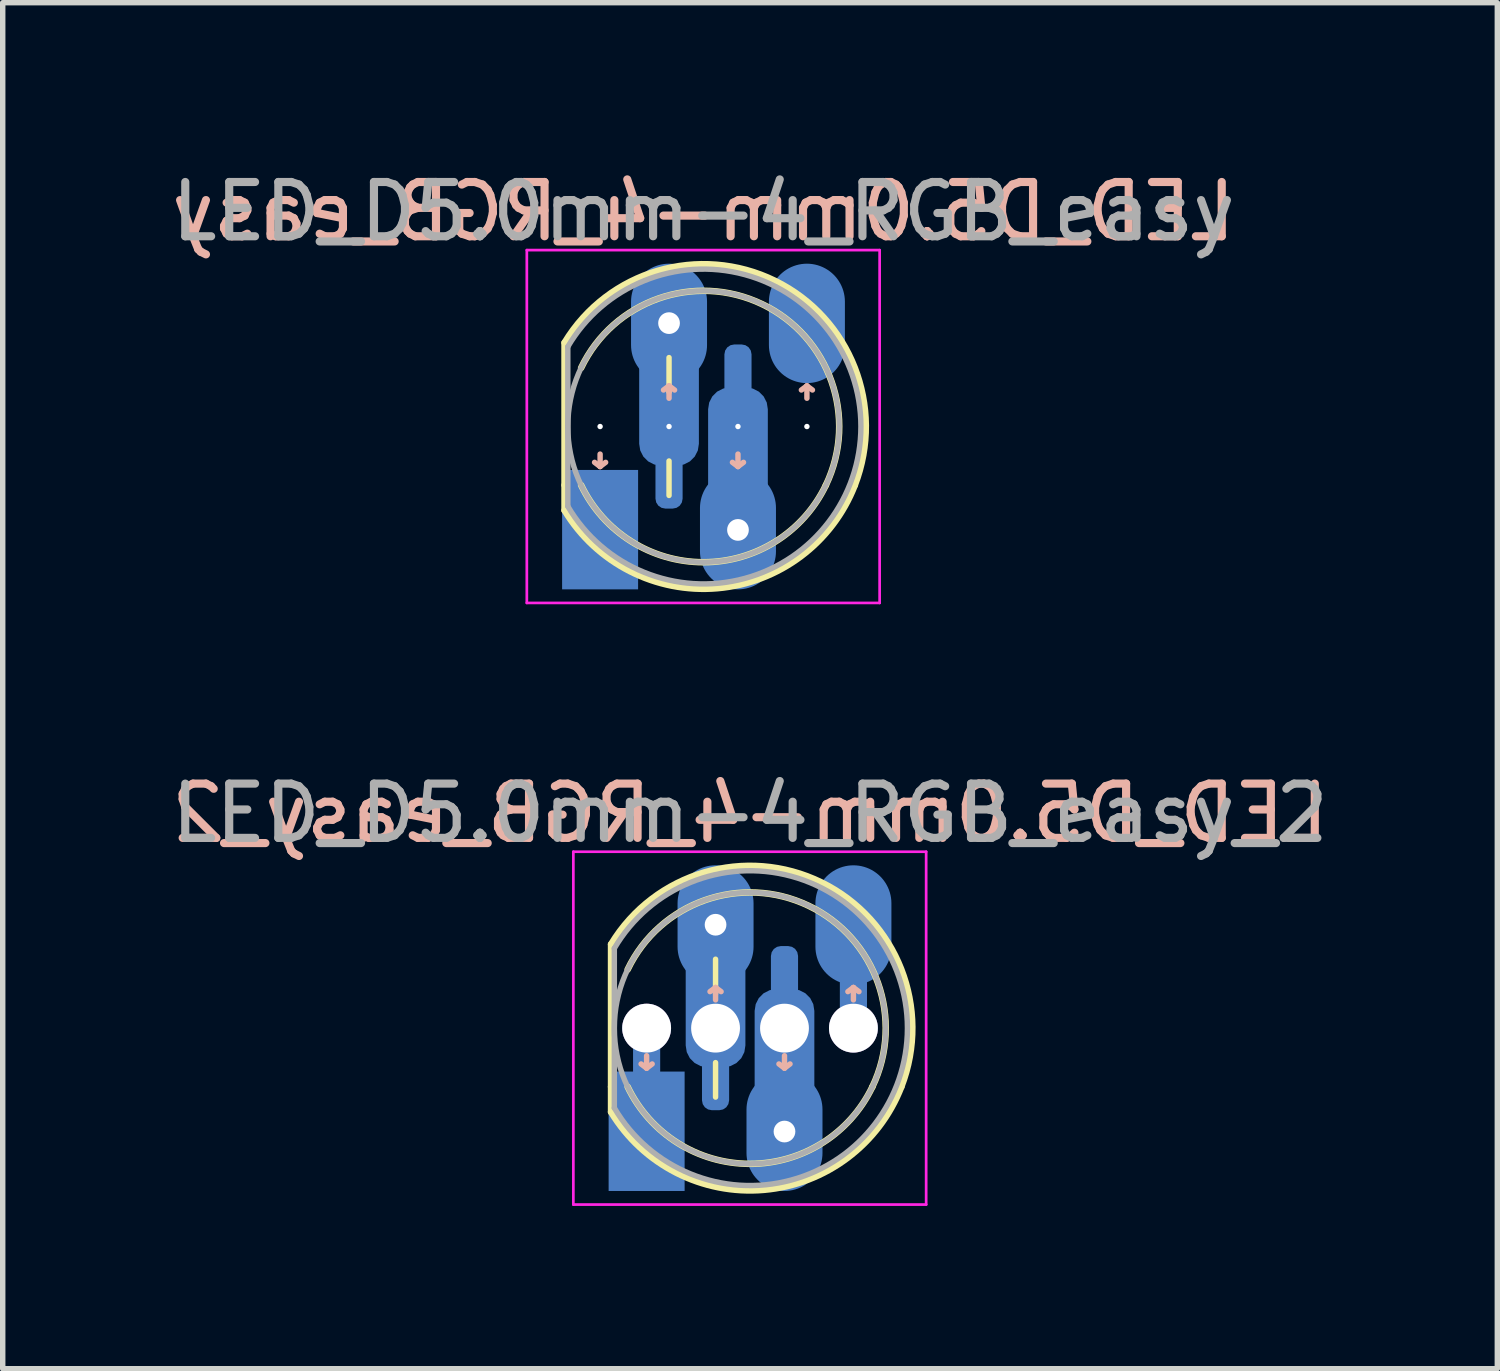
<source format=kicad_pcb>
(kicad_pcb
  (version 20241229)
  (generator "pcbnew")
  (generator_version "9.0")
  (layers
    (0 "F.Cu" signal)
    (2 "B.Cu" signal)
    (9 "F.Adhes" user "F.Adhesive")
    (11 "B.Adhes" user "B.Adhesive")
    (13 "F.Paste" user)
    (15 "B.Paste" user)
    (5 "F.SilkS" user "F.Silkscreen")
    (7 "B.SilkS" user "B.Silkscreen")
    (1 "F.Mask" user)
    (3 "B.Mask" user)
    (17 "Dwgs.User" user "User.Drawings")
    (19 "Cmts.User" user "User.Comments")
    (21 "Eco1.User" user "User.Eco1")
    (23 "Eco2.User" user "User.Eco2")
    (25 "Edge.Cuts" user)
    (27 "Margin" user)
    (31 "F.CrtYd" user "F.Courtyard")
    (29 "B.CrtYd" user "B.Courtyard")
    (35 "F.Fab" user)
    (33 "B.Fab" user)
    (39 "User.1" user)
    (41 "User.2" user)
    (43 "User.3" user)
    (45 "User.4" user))
  (footprint "LED_D5.0mm-4_RGB_easy_2"
    (layer "F.Cu")
    (at 8.863 15.892)
    (property "Reference" "LED_D5.0mm-4_RGB_easy_2" (at 1.905 -3.96 0) (layer "B.SilkS") (effects (font (size 1 1) (thickness 0.15)) (justify mirror)))
    (attr through_hole)
    (fp_line (start -0.655 -1.545) (end -0.655 1.08) (stroke (width 0.12) (type solid)) (layer "F.SilkS"))
    (fp_line (start -0.655 1.08) (end -0.655 1.545) (stroke (width 0.12) (type solid)) (layer "F.SilkS"))
    (fp_line (start 1.27 -1.27) (end 1.27 -0.635) (stroke (width 0.1) (type default)) (layer "F.SilkS"))
    (fp_line (start 1.27 0.635) (end 1.27 1.27) (stroke (width 0.1) (type default)) (layer "F.SilkS"))
    (fp_arc (start -0.655 -1.544829) (mid 3.22276 -2.683953) (end 4.692814 1.080827) (stroke (width 0.12) (type solid)) (layer "F.SilkS"))
    (fp_arc (start -0.349683 -1.080002) (mid 2.985215 -2.254581) (end 4.159479 1.080429) (stroke (width 0.12) (type solid)) (layer "F.SilkS"))
    (fp_arc (start 4.159479 1.080429) (mid 1.904762 2.5) (end -0.349684 1.08) (stroke (width 0.12) (type solid)) (layer "F.SilkS"))
    (fp_arc (start 4.692815 1.080827) (mid 2.163456 2.978808) (end -0.655 1.54483) (stroke (width 0.12) (type solid)) (layer "F.SilkS"))
    (fp_line (start 0 0.508) (end 0 0.737) (stroke (width 0.1) (type default)) (layer "B.SilkS"))
    (fp_line (start 0 0.737) (end -0.102 0.66) (stroke (width 0.1) (type default)) (layer "B.SilkS"))
    (fp_line (start 0 0.737) (end 0.102 0.66) (stroke (width 0.1) (type default)) (layer "B.SilkS"))
    (fp_line (start 1.27 -0.749) (end 1.168 -0.673) (stroke (width 0.1) (type default)) (layer "B.SilkS"))
    (fp_line (start 1.27 -0.749) (end 1.372 -0.673) (stroke (width 0.1) (type default)) (layer "B.SilkS"))
    (fp_line (start 1.27 -0.521) (end 1.27 -0.749) (stroke (width 0.1) (type default)) (layer "B.SilkS"))
    (fp_line (start 2.54 0.508) (end 2.54 0.737) (stroke (width 0.1) (type default)) (layer "B.SilkS"))
    (fp_line (start 2.54 0.737) (end 2.438 0.66) (stroke (width 0.1) (type default)) (layer "B.SilkS"))
    (fp_line (start 2.54 0.737) (end 2.642 0.66) (stroke (width 0.1) (type default)) (layer "B.SilkS"))
    (fp_line (start 3.81 -0.749) (end 3.708 -0.673) (stroke (width 0.1) (type default)) (layer "B.SilkS"))
    (fp_line (start 3.81 -0.749) (end 3.912 -0.673) (stroke (width 0.1) (type default)) (layer "B.SilkS"))
    (fp_line (start 3.81 -0.521) (end 3.81 -0.749) (stroke (width 0.1) (type default)) (layer "B.SilkS"))
    (fp_line (start -1.35 -3.25) (end -1.35 3.25) (stroke (width 0.05) (type solid)) (layer "F.CrtYd"))
    (fp_line (start -1.35 3.25) (end 5.15 3.25) (stroke (width 0.05) (type solid)) (layer "F.CrtYd"))
    (fp_line (start 5.15 -3.25) (end -1.35 -3.25) (stroke (width 0.05) (type solid)) (layer "F.CrtYd"))
    (fp_line (start 5.15 3.25) (end 5.15 -3.25) (stroke (width 0.05) (type solid)) (layer "F.CrtYd"))
    (fp_line (start -0.595 -1.47) (end -0.595 1.47) (stroke (width 0.1) (type solid)) (layer "F.Fab"))
    (fp_arc (start -0.595 -1.469694) (mid 4.805 0.000016) (end -0.595016 1.469666) (stroke (width 0.1) (type solid)) (layer "F.Fab"))
    (fp_circle (center 1.905 0) (end 4.405 0) (stroke (width 0.1) (type solid)) (fill no) (layer "F.Fab"))
    (fp_text user "${REFERENCE}" (at 1.905 -3.96 0) (layer "F.Fab") (effects (font (size 1 1) (thickness 0.15))))
    (pad "1" thru_hole circle (at 0 0) (size 0.9 0.9) (drill 0.9) (layers "*.Cu" "*.Mask"))
    (pad "1" smd roundrect (at 0 0.762) (size 0.5 1.5) (layers "B.Cu" "B.Paste") (roundrect_rratio 0.364))
    (pad "1" smd rect (at 0 1.9) (size 1.4 2.2) (layers "B.Cu" "B.Mask" "B.Paste"))
    (pad "2" thru_hole circle (at 1.27 -1.905) (size 0.55 0.55) (drill 0.4) (layers "*.Cu" "B.Mask"))
    (pad "2" smd oval (at 1.27 -1.9) (size 1.4 2.2) (layers "B.Cu" "B.Mask" "B.Paste"))
    (pad "2" smd roundrect (at 1.27 -0.381) (size 1.1 2.2) (layers "B.Cu" "B.Paste") (roundrect_rratio 0.364))
    (pad "2" thru_hole circle (at 1.27 0) (size 0.9 0.9) (drill 0.9) (layers "*.Cu" "*.Mask"))
    (pad "2" smd roundrect (at 1.27 0.762) (size 0.5 1.5) (layers "B.Cu" "B.Paste") (roundrect_rratio 0.364))
    (pad "3" smd roundrect (at 2.54 -0.762) (size 0.5 1.5) (layers "B.Cu" "B.Paste") (roundrect_rratio 0.364))
    (pad "3" thru_hole circle (at 2.54 0) (size 0.9 0.9) (drill 0.9) (layers "*.Cu" "*.Mask"))
    (pad "3" smd roundrect (at 2.54 0.381) (size 1.1 2.2) (layers "B.Cu" "B.Paste") (roundrect_rratio 0.364))
    (pad "3" smd oval (at 2.54 1.9) (size 1.4 2.2) (layers "B.Cu" "B.Mask" "B.Paste"))
    (pad "3" thru_hole circle (at 2.54 1.905) (size 0.55 0.55) (drill 0.4) (layers "*.Cu" "B.Mask"))
    (pad "4" smd oval (at 3.81 -1.9) (size 1.4 2.2) (layers "B.Cu" "B.Mask" "B.Paste"))
    (pad "4" smd roundrect (at 3.81 -0.762) (size 0.5 1.5) (layers "B.Cu" "B.Paste") (roundrect_rratio 0.364))
    (pad "4" thru_hole circle (at 3.81 0) (size 0.9 0.9) (drill 0.9) (layers "*.Cu" "*.Mask")))
  (footprint "LED_D5.0mm-4_RGB_easy"
    (layer "F.Cu")
    (at 8.006 4.808)
    (property "Reference" "LED_D5.0mm-4_RGB_easy" (at 1.905 -3.96 0) (layer "B.SilkS") (effects (font (size 1 1) (thickness 0.15)) (justify mirror)))
    (attr through_hole)
    (fp_line (start -0.655 -1.545) (end -0.655 1.08) (stroke (width 0.12) (type solid)) (layer "F.SilkS"))
    (fp_line (start -0.655 1.08) (end -0.655 1.545) (stroke (width 0.12) (type solid)) (layer "F.SilkS"))
    (fp_line (start 1.27 -1.27) (end 1.27 -0.635) (stroke (width 0.1) (type default)) (layer "F.SilkS"))
    (fp_line (start 1.27 0.635) (end 1.27 1.27) (stroke (width 0.1) (type default)) (layer "F.SilkS"))
    (fp_arc (start -0.655 -1.544829) (mid 3.22276 -2.683953) (end 4.692814 1.080827) (stroke (width 0.12) (type solid)) (layer "F.SilkS"))
    (fp_arc (start -0.349683 -1.080002) (mid 2.985215 -2.254581) (end 4.159479 1.080429) (stroke (width 0.12) (type solid)) (layer "F.SilkS"))
    (fp_arc (start 4.159479 1.080429) (mid 1.904762 2.5) (end -0.349684 1.08) (stroke (width 0.12) (type solid)) (layer "F.SilkS"))
    (fp_arc (start 4.692815 1.080827) (mid 2.163456 2.978808) (end -0.655 1.54483) (stroke (width 0.12) (type solid)) (layer "F.SilkS"))
    (fp_line (start 0 0.508) (end 0 0.737) (stroke (width 0.1) (type default)) (layer "B.SilkS"))
    (fp_line (start 0 0.737) (end -0.102 0.66) (stroke (width 0.1) (type default)) (layer "B.SilkS"))
    (fp_line (start 0 0.737) (end 0.102 0.66) (stroke (width 0.1) (type default)) (layer "B.SilkS"))
    (fp_line (start 1.27 -0.749) (end 1.168 -0.673) (stroke (width 0.1) (type default)) (layer "B.SilkS"))
    (fp_line (start 1.27 -0.749) (end 1.372 -0.673) (stroke (width 0.1) (type default)) (layer "B.SilkS"))
    (fp_line (start 1.27 -0.521) (end 1.27 -0.749) (stroke (width 0.1) (type default)) (layer "B.SilkS"))
    (fp_line (start 2.54 0.508) (end 2.54 0.737) (stroke (width 0.1) (type default)) (layer "B.SilkS"))
    (fp_line (start 2.54 0.737) (end 2.438 0.66) (stroke (width 0.1) (type default)) (layer "B.SilkS"))
    (fp_line (start 2.54 0.737) (end 2.642 0.66) (stroke (width 0.1) (type default)) (layer "B.SilkS"))
    (fp_line (start 3.81 -0.749) (end 3.708 -0.673) (stroke (width 0.1) (type default)) (layer "B.SilkS"))
    (fp_line (start 3.81 -0.749) (end 3.912 -0.673) (stroke (width 0.1) (type default)) (layer "B.SilkS"))
    (fp_line (start 3.81 -0.521) (end 3.81 -0.749) (stroke (width 0.1) (type default)) (layer "B.SilkS"))
    (fp_line (start -1.35 -3.25) (end -1.35 3.25) (stroke (width 0.05) (type solid)) (layer "F.CrtYd"))
    (fp_line (start -1.35 3.25) (end 5.15 3.25) (stroke (width 0.05) (type solid)) (layer "F.CrtYd"))
    (fp_line (start 5.15 -3.25) (end -1.35 -3.25) (stroke (width 0.05) (type solid)) (layer "F.CrtYd"))
    (fp_line (start 5.15 3.25) (end 5.15 -3.25) (stroke (width 0.05) (type solid)) (layer "F.CrtYd"))
    (fp_line (start -0.595 -1.47) (end -0.595 1.47) (stroke (width 0.1) (type solid)) (layer "F.Fab"))
    (fp_arc (start -0.595 -1.469694) (mid 4.805 0.000016) (end -0.595016 1.469666) (stroke (width 0.1) (type solid)) (layer "F.Fab"))
    (fp_circle (center 1.905 0) (end 4.405 0) (stroke (width 0.1) (type solid)) (fill no) (layer "F.Fab"))
    (fp_text user "${REFERENCE}" (at 1.905 -3.96 0) (layer "F.Fab") (effects (font (size 1 1) (thickness 0.15))))
    (pad "" np_thru_hole circle (at 0 0) (size 0.1 0.1) (drill 0.9) (layers "*.Cu" "*.Mask"))
    (pad "" np_thru_hole circle (at 1.27 0) (size 0.1 0.1) (drill 0.9) (layers "*.Cu" "*.Mask"))
    (pad "" np_thru_hole circle (at 2.54 0) (size 0.1 0.1) (drill 0.9) (layers "*.Cu" "*.Mask"))
    (pad "" np_thru_hole circle (at 3.81 0) (size 0.1 0.1) (drill 0.9) (layers "*.Cu" "*.Mask"))
    (pad "1" smd rect (at 0 1.9) (size 1.4 2.2) (layers "B.Cu" "B.Mask" "B.Paste"))
    (pad "2" thru_hole circle (at 1.27 -1.905) (size 0.55 0.55) (drill 0.4) (layers "*.Cu" "B.Mask"))
    (pad "2" smd oval (at 1.27 -1.9) (size 1.4 2.2) (layers "B.Cu" "B.Mask" "B.Paste"))
    (pad "2" smd roundrect (at 1.27 -0.381) (size 1.1 2.2) (layers "B.Cu" "B.Paste") (roundrect_rratio 0.364))
    (pad "2" smd roundrect (at 1.27 0.762) (size 0.5 1.5) (layers "B.Cu" "B.Paste") (roundrect_rratio 0.364))
    (pad "3" smd roundrect (at 2.54 -0.762) (size 0.5 1.5) (layers "B.Cu" "B.Paste") (roundrect_rratio 0.364))
    (pad "3" smd roundrect (at 2.54 0.381) (size 1.1 2.2) (layers "B.Cu" "B.Paste") (roundrect_rratio 0.364))
    (pad "3" smd oval (at 2.54 1.9) (size 1.4 2.2) (layers "B.Cu" "B.Mask" "B.Paste"))
    (pad "3" thru_hole circle (at 2.54 1.905) (size 0.55 0.55) (drill 0.4) (layers "*.Cu" "B.Mask"))
    (pad "4" smd oval (at 3.81 -1.9) (size 1.4 2.2) (layers "B.Cu" "B.Mask" "B.Paste")))
  (gr_rect
    (start -3 -3)
    (end 24.536 22.166)
    (stroke (width 0.1) (type default))
    (fill no)
    (layer "Edge.Cuts")))
</source>
